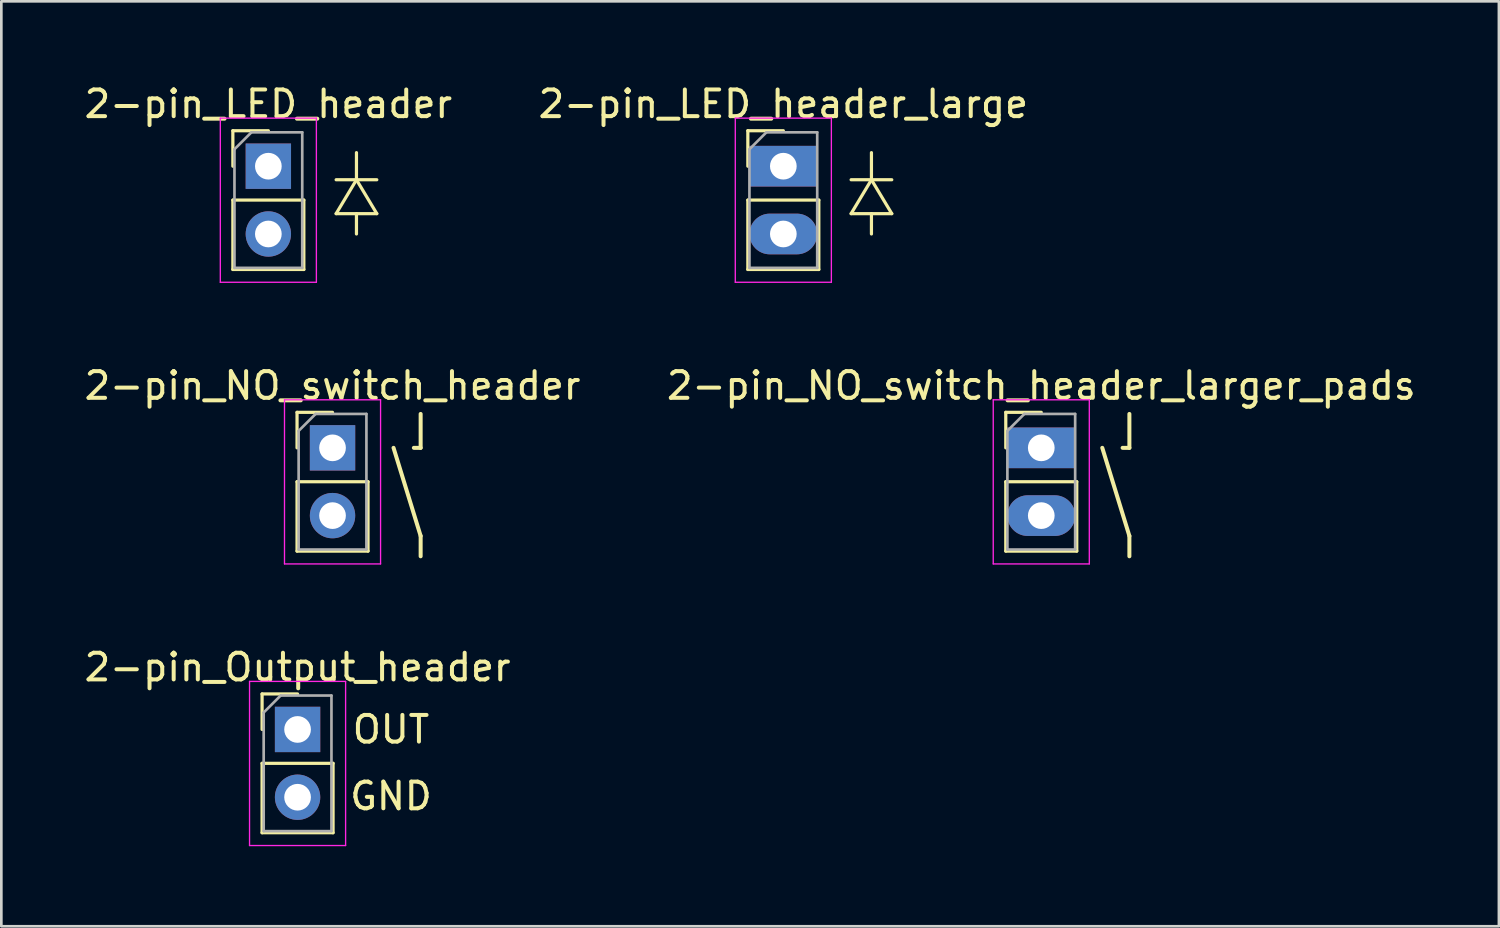
<source format=kicad_pcb>
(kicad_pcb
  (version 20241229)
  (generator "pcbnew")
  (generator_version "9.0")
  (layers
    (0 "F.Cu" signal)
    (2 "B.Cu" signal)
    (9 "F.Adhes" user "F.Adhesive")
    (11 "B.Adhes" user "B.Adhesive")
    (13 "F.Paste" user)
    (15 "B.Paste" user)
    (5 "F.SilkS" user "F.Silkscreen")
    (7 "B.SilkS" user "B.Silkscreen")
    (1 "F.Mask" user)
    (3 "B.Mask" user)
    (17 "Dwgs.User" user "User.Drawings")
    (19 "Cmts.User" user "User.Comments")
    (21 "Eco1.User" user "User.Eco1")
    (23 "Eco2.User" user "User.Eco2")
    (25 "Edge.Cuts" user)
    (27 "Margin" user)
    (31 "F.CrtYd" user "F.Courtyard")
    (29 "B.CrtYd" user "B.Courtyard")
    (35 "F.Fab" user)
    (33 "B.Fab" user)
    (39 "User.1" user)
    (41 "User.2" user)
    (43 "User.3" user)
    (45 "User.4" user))
  (footprint "2-pin_NO_switch_header"
    (layer "F.Cu")
    (at 9.411 13.732)
    (property "Reference" "2-pin_NO_switch_header" (at 0 -2.33 0) (layer "F.SilkS") (effects (font (size 1 1) (thickness 0.15))))
    (attr through_hole)
    (fp_line (start -1.33 -1.33) (end 0 -1.33) (stroke (width 0.12) (type solid)) (layer "F.SilkS"))
    (fp_line (start -1.33 0) (end -1.33 -1.33) (stroke (width 0.12) (type solid)) (layer "F.SilkS"))
    (fp_line (start -1.33 1.27) (end -1.33 3.87) (stroke (width 0.12) (type solid)) (layer "F.SilkS"))
    (fp_line (start -1.33 1.27) (end 1.33 1.27) (stroke (width 0.12) (type solid)) (layer "F.SilkS"))
    (fp_line (start -1.33 3.87) (end 1.33 3.87) (stroke (width 0.12) (type solid)) (layer "F.SilkS"))
    (fp_line (start 1.33 1.27) (end 1.33 3.87) (stroke (width 0.12) (type solid)) (layer "F.SilkS"))
    (fp_line (start 3.048 0) (end 3.302 0) (stroke (width 0.15) (type solid)) (layer "F.SilkS"))
    (fp_line (start 3.302 0) (end 3.302 -1.27) (stroke (width 0.15) (type solid)) (layer "F.SilkS"))
    (fp_line (start 3.302 3.302) (end 2.286 0) (stroke (width 0.15) (type solid)) (layer "F.SilkS"))
    (fp_line (start 3.302 4.064) (end 3.302 3.302) (stroke (width 0.15) (type solid)) (layer "F.SilkS"))
    (fp_line (start -1.8 -1.8) (end -1.8 4.35) (stroke (width 0.05) (type solid)) (layer "F.CrtYd"))
    (fp_line (start -1.8 4.35) (end 1.8 4.35) (stroke (width 0.05) (type solid)) (layer "F.CrtYd"))
    (fp_line (start 1.8 -1.8) (end -1.8 -1.8) (stroke (width 0.05) (type solid)) (layer "F.CrtYd"))
    (fp_line (start 1.8 4.35) (end 1.8 -1.8) (stroke (width 0.05) (type solid)) (layer "F.CrtYd"))
    (fp_line (start -1.27 -0.635) (end -0.635 -1.27) (stroke (width 0.1) (type solid)) (layer "F.Fab"))
    (fp_line (start -1.27 3.81) (end -1.27 -0.635) (stroke (width 0.1) (type solid)) (layer "F.Fab"))
    (fp_line (start -0.635 -1.27) (end 1.27 -1.27) (stroke (width 0.1) (type solid)) (layer "F.Fab"))
    (fp_line (start 1.27 -1.27) (end 1.27 3.81) (stroke (width 0.1) (type solid)) (layer "F.Fab"))
    (fp_line (start 1.27 3.81) (end -1.27 3.81) (stroke (width 0.1) (type solid)) (layer "F.Fab"))
    (pad "1" thru_hole rect (at 0 0) (size 1.7 1.7) (drill 1) (layers "*.Cu" "*.Mask"))
    (pad "2" thru_hole oval (at 0 2.54) (size 1.7 1.7) (drill 1) (layers "*.Cu" "*.Mask")))
  (footprint "2-pin_NO_switch_header_larger_pads"
    (layer "F.Cu")
    (at 35.97 13.732)
    (property "Reference" "2-pin_NO_switch_header_larger_pads" (at 0 -2.33 0) (layer "F.SilkS") (effects (font (size 1 1) (thickness 0.15))))
    (attr through_hole)
    (fp_line (start -1.33 -1.33) (end 0 -1.33) (stroke (width 0.12) (type solid)) (layer "F.SilkS"))
    (fp_line (start -1.33 0) (end -1.33 -1.33) (stroke (width 0.12) (type solid)) (layer "F.SilkS"))
    (fp_line (start -1.33 1.27) (end -1.33 3.87) (stroke (width 0.12) (type solid)) (layer "F.SilkS"))
    (fp_line (start -1.33 1.27) (end 1.33 1.27) (stroke (width 0.12) (type solid)) (layer "F.SilkS"))
    (fp_line (start -1.33 3.87) (end 1.33 3.87) (stroke (width 0.12) (type solid)) (layer "F.SilkS"))
    (fp_line (start 1.33 1.27) (end 1.33 3.87) (stroke (width 0.12) (type solid)) (layer "F.SilkS"))
    (fp_line (start 3.048 0) (end 3.302 0) (stroke (width 0.15) (type solid)) (layer "F.SilkS"))
    (fp_line (start 3.302 0) (end 3.302 -1.27) (stroke (width 0.15) (type solid)) (layer "F.SilkS"))
    (fp_line (start 3.302 3.302) (end 2.286 0) (stroke (width 0.15) (type solid)) (layer "F.SilkS"))
    (fp_line (start 3.302 4.064) (end 3.302 3.302) (stroke (width 0.15) (type solid)) (layer "F.SilkS"))
    (fp_line (start -1.8 -1.8) (end -1.8 4.35) (stroke (width 0.05) (type solid)) (layer "F.CrtYd"))
    (fp_line (start -1.8 4.35) (end 1.8 4.35) (stroke (width 0.05) (type solid)) (layer "F.CrtYd"))
    (fp_line (start 1.8 -1.8) (end -1.8 -1.8) (stroke (width 0.05) (type solid)) (layer "F.CrtYd"))
    (fp_line (start 1.8 4.35) (end 1.8 -1.8) (stroke (width 0.05) (type solid)) (layer "F.CrtYd"))
    (fp_line (start -1.27 -0.635) (end -0.635 -1.27) (stroke (width 0.1) (type solid)) (layer "F.Fab"))
    (fp_line (start -1.27 3.81) (end -1.27 -0.635) (stroke (width 0.1) (type solid)) (layer "F.Fab"))
    (fp_line (start -0.635 -1.27) (end 1.27 -1.27) (stroke (width 0.1) (type solid)) (layer "F.Fab"))
    (fp_line (start 1.27 -1.27) (end 1.27 3.81) (stroke (width 0.1) (type solid)) (layer "F.Fab"))
    (fp_line (start 1.27 3.81) (end -1.27 3.81) (stroke (width 0.1) (type solid)) (layer "F.Fab"))
    (pad "1" thru_hole rect (at 0 0) (size 2.54 1.524) (drill 1) (layers "*.Cu" "*.Mask"))
    (pad "2" thru_hole oval (at 0 2.54) (size 2.54 1.524) (drill 1) (layers "*.Cu" "*.Mask")))
  (footprint "2-pin_LED_header"
    (layer "F.Cu")
    (at 7.006 3.178)
    (property "Reference" "2-pin_LED_header" (at 0 -2.33 0) (layer "F.SilkS") (effects (font (size 1 1) (thickness 0.15))))
    (attr through_hole)
    (fp_line (start -1.33 -1.33) (end 0 -1.33) (stroke (width 0.12) (type solid)) (layer "F.SilkS"))
    (fp_line (start -1.33 0) (end -1.33 -1.33) (stroke (width 0.12) (type solid)) (layer "F.SilkS"))
    (fp_line (start -1.33 1.27) (end -1.33 3.87) (stroke (width 0.12) (type solid)) (layer "F.SilkS"))
    (fp_line (start -1.33 1.27) (end 1.33 1.27) (stroke (width 0.12) (type solid)) (layer "F.SilkS"))
    (fp_line (start -1.33 3.87) (end 1.33 3.87) (stroke (width 0.12) (type solid)) (layer "F.SilkS"))
    (fp_line (start 1.33 1.27) (end 1.33 3.87) (stroke (width 0.12) (type solid)) (layer "F.SilkS"))
    (fp_line (start 2.54 1.778) (end 3.302 0.508) (stroke (width 0.12) (type solid)) (layer "F.SilkS"))
    (fp_line (start 3.302 0.508) (end 3.302 -0.508) (stroke (width 0.12) (type solid)) (layer "F.SilkS"))
    (fp_line (start 3.302 0.508) (end 4.064 1.778) (stroke (width 0.12) (type solid)) (layer "F.SilkS"))
    (fp_line (start 3.302 1.778) (end 3.302 2.54) (stroke (width 0.12) (type solid)) (layer "F.SilkS"))
    (fp_line (start 4.064 0.508) (end 2.54 0.508) (stroke (width 0.12) (type solid)) (layer "F.SilkS"))
    (fp_line (start 4.064 1.778) (end 2.54 1.778) (stroke (width 0.12) (type solid)) (layer "F.SilkS"))
    (fp_line (start -1.8 -1.8) (end -1.8 4.35) (stroke (width 0.05) (type solid)) (layer "F.CrtYd"))
    (fp_line (start -1.8 4.35) (end 1.8 4.35) (stroke (width 0.05) (type solid)) (layer "F.CrtYd"))
    (fp_line (start 1.8 -1.8) (end -1.8 -1.8) (stroke (width 0.05) (type solid)) (layer "F.CrtYd"))
    (fp_line (start 1.8 4.35) (end 1.8 -1.8) (stroke (width 0.05) (type solid)) (layer "F.CrtYd"))
    (fp_line (start -1.27 -0.635) (end -0.635 -1.27) (stroke (width 0.1) (type solid)) (layer "F.Fab"))
    (fp_line (start -1.27 3.81) (end -1.27 -0.635) (stroke (width 0.1) (type solid)) (layer "F.Fab"))
    (fp_line (start -0.635 -1.27) (end 1.27 -1.27) (stroke (width 0.1) (type solid)) (layer "F.Fab"))
    (fp_line (start 1.27 -1.27) (end 1.27 3.81) (stroke (width 0.1) (type solid)) (layer "F.Fab"))
    (fp_line (start 1.27 3.81) (end -1.27 3.81) (stroke (width 0.1) (type solid)) (layer "F.Fab"))
    (pad "1" thru_hole rect (at 0 0) (size 1.7 1.7) (drill 1) (layers "*.Cu" "*.Mask"))
    (pad "2" thru_hole oval (at 0 2.54) (size 1.7 1.7) (drill 1) (layers "*.Cu" "*.Mask")))
  (footprint "2-pin_LED_header_large"
    (layer "F.Cu")
    (at 26.304 3.178)
    (property "Reference" "2-pin_LED_header_large" (at 0 -2.33 0) (layer "F.SilkS") (effects (font (size 1 1) (thickness 0.15))))
    (attr through_hole)
    (fp_line (start -1.33 -1.33) (end 0 -1.33) (stroke (width 0.12) (type solid)) (layer "F.SilkS"))
    (fp_line (start -1.33 0) (end -1.33 -1.33) (stroke (width 0.12) (type solid)) (layer "F.SilkS"))
    (fp_line (start -1.33 1.27) (end -1.33 3.87) (stroke (width 0.12) (type solid)) (layer "F.SilkS"))
    (fp_line (start -1.33 1.27) (end 1.33 1.27) (stroke (width 0.12) (type solid)) (layer "F.SilkS"))
    (fp_line (start -1.33 3.87) (end 1.33 3.87) (stroke (width 0.12) (type solid)) (layer "F.SilkS"))
    (fp_line (start 1.33 1.27) (end 1.33 3.87) (stroke (width 0.12) (type solid)) (layer "F.SilkS"))
    (fp_line (start 2.54 1.778) (end 3.302 0.508) (stroke (width 0.12) (type solid)) (layer "F.SilkS"))
    (fp_line (start 3.302 0.508) (end 3.302 -0.508) (stroke (width 0.12) (type solid)) (layer "F.SilkS"))
    (fp_line (start 3.302 0.508) (end 4.064 1.778) (stroke (width 0.12) (type solid)) (layer "F.SilkS"))
    (fp_line (start 3.302 1.778) (end 3.302 2.54) (stroke (width 0.12) (type solid)) (layer "F.SilkS"))
    (fp_line (start 4.064 0.508) (end 2.54 0.508) (stroke (width 0.12) (type solid)) (layer "F.SilkS"))
    (fp_line (start 4.064 1.778) (end 2.54 1.778) (stroke (width 0.12) (type solid)) (layer "F.SilkS"))
    (fp_line (start -1.8 -1.8) (end -1.8 4.35) (stroke (width 0.05) (type solid)) (layer "F.CrtYd"))
    (fp_line (start -1.8 4.35) (end 1.8 4.35) (stroke (width 0.05) (type solid)) (layer "F.CrtYd"))
    (fp_line (start 1.8 -1.8) (end -1.8 -1.8) (stroke (width 0.05) (type solid)) (layer "F.CrtYd"))
    (fp_line (start 1.8 4.35) (end 1.8 -1.8) (stroke (width 0.05) (type solid)) (layer "F.CrtYd"))
    (fp_line (start -1.27 -0.635) (end -0.635 -1.27) (stroke (width 0.1) (type solid)) (layer "F.Fab"))
    (fp_line (start -1.27 3.81) (end -1.27 -0.635) (stroke (width 0.1) (type solid)) (layer "F.Fab"))
    (fp_line (start -0.635 -1.27) (end 1.27 -1.27) (stroke (width 0.1) (type solid)) (layer "F.Fab"))
    (fp_line (start 1.27 -1.27) (end 1.27 3.81) (stroke (width 0.1) (type solid)) (layer "F.Fab"))
    (fp_line (start 1.27 3.81) (end -1.27 3.81) (stroke (width 0.1) (type solid)) (layer "F.Fab"))
    (pad "1" thru_hole rect (at 0 0) (size 2.54 1.524) (drill 1) (layers "*.Cu" "*.Mask"))
    (pad "2" thru_hole oval (at 0 2.54) (size 2.54 1.524) (drill 1) (layers "*.Cu" "*.Mask")))
  (footprint "2-pin_Output_header"
    (layer "F.Cu")
    (at 8.101 24.285)
    (property "Reference" "2-pin_Output_header" (at 0 -2.33 0) (layer "F.SilkS") (effects (font (size 1 1) (thickness 0.15))))
    (attr through_hole)
    (fp_line (start -1.33 -1.33) (end 0 -1.33) (stroke (width 0.12) (type solid)) (layer "F.SilkS"))
    (fp_line (start -1.33 0) (end -1.33 -1.33) (stroke (width 0.12) (type solid)) (layer "F.SilkS"))
    (fp_line (start -1.33 1.27) (end -1.33 3.87) (stroke (width 0.12) (type solid)) (layer "F.SilkS"))
    (fp_line (start -1.33 1.27) (end 1.33 1.27) (stroke (width 0.12) (type solid)) (layer "F.SilkS"))
    (fp_line (start -1.33 3.87) (end 1.33 3.87) (stroke (width 0.12) (type solid)) (layer "F.SilkS"))
    (fp_line (start 1.33 1.27) (end 1.33 3.87) (stroke (width 0.12) (type solid)) (layer "F.SilkS"))
    (fp_line (start -1.8 -1.8) (end -1.8 4.35) (stroke (width 0.05) (type solid)) (layer "F.CrtYd"))
    (fp_line (start -1.8 4.35) (end 1.8 4.35) (stroke (width 0.05) (type solid)) (layer "F.CrtYd"))
    (fp_line (start 1.8 -1.8) (end -1.8 -1.8) (stroke (width 0.05) (type solid)) (layer "F.CrtYd"))
    (fp_line (start 1.8 4.35) (end 1.8 -1.8) (stroke (width 0.05) (type solid)) (layer "F.CrtYd"))
    (fp_line (start -1.27 -0.635) (end -0.635 -1.27) (stroke (width 0.1) (type solid)) (layer "F.Fab"))
    (fp_line (start -1.27 3.81) (end -1.27 -0.635) (stroke (width 0.1) (type solid)) (layer "F.Fab"))
    (fp_line (start -0.635 -1.27) (end 1.27 -1.27) (stroke (width 0.1) (type solid)) (layer "F.Fab"))
    (fp_line (start 1.27 -1.27) (end 1.27 3.81) (stroke (width 0.1) (type solid)) (layer "F.Fab"))
    (fp_line (start 1.27 3.81) (end -1.27 3.81) (stroke (width 0.1) (type solid)) (layer "F.Fab"))
    (fp_text user "GND" (at 3.5 2.5 0) (layer "F.SilkS") (effects (font (size 1 1) (thickness 0.15))))
    (fp_text user "OUT" (at 3.5 0 0) (layer "F.SilkS") (effects (font (size 1 1) (thickness 0.15))))
    (pad "1" thru_hole rect (at 0 0) (size 1.7 1.7) (drill 1) (layers "*.Cu" "*.Mask"))
    (pad "2" thru_hole oval (at 0 2.54) (size 1.7 1.7) (drill 1) (layers "*.Cu" "*.Mask")))
  (gr_rect
    (start -3 -3)
    (end 53.119 31.66)
    (stroke (width 0.1) (type default))
    (fill no)
    (layer "Edge.Cuts")))
</source>
